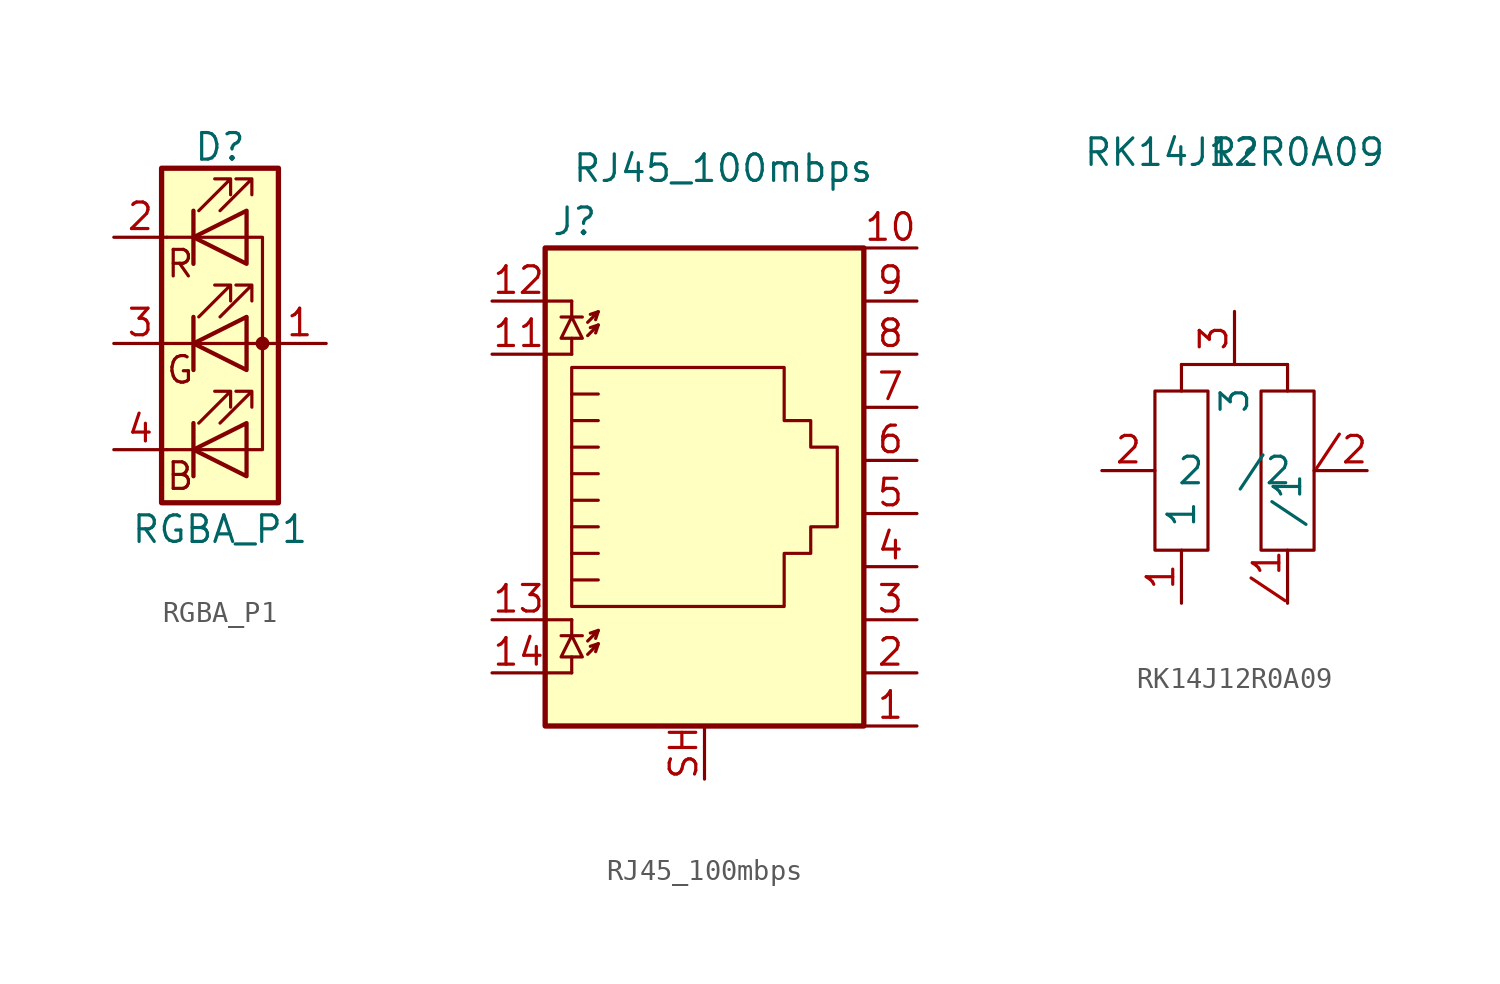
<source format=kicad_sym>
(kicad_symbol_lib
  (version 20211014)
  (generator kicad_symbol_editor)
  (symbol "RGBA_P1"
    (pin_names
      (offset 0) hide)
    (property "Reference" "D"
      (at 0 9.398 0)
      (effects (font (size 1.27 1.27))))
    (property "Value" "RGBA_P1"
      (at 0 -8.89 0)
      (effects (font (size 1.27 1.27))))
    (symbol "RGBA_P1_0_0"
      (text "B" (at -1.905 -6.35 0) (effects (font (size 1.27 1.27))))
      (text "G" (at -1.905 -1.27 0) (effects (font (size 1.27 1.27))))
      (text "R" (at -1.905 3.81 0) (effects (font (size 1.27 1.27)))))
    (symbol "RGBA_P1_0_1"
      (polyline (pts (xy -1.27 -5.08) (xy -2.54 -5.08)) (stroke (width 0) (type default) (color 0 0 0 0)) (fill (type none)))
      (polyline (pts (xy -1.27 -5.08) (xy 1.27 -5.08)) (stroke (width 0) (type default) (color 0 0 0 0)) (fill (type none)))
      (polyline (pts (xy -1.27 -3.81) (xy -1.27 -6.35)) (stroke (width 0) (type default) (color 0 0 0 0)) (fill (type none)))
      (polyline (pts (xy -1.27 -3.81) (xy -1.27 -6.35)) (stroke (width 0.203) (type default) (color 0 0 0 0)) (fill (type none)))
      (polyline (pts (xy -1.27 0) (xy -2.54 0)) (stroke (width 0) (type default) (color 0 0 0 0)) (fill (type none)))
      (polyline (pts (xy -1.27 0) (xy 1.27 0)) (stroke (width 0) (type default) (color 0 0 0 0)) (fill (type none)))
      (polyline (pts (xy -1.27 1.27) (xy -1.27 -1.27)) (stroke (width 0.203) (type default) (color 0 0 0 0)) (fill (type none)))
      (polyline (pts (xy -1.27 5.08) (xy -2.54 5.08)) (stroke (width 0) (type default) (color 0 0 0 0)) (fill (type none)))
      (polyline (pts (xy -1.27 6.35) (xy -1.27 3.81)) (stroke (width 0.203) (type default) (color 0 0 0 0)) (fill (type none)))
      (polyline (pts (xy 1.27 0) (xy 2.54 0)) (stroke (width 0) (type default) (color 0 0 0 0)) (fill (type none)))
      (polyline (pts (xy 1.27 5.08) (xy -1.27 5.08)) (stroke (width 0) (type default) (color 0 0 0 0)) (fill (type none)))
      (polyline (pts (xy -1.27 1.27) (xy -1.27 -1.27) (xy -1.27 -1.27)) (stroke (width 0) (type default) (color 0 0 0 0)) (fill (type none)))
      (polyline (pts (xy -1.27 6.35) (xy -1.27 3.81) (xy -1.27 3.81)) (stroke (width 0) (type default) (color 0 0 0 0)) (fill (type none)))
      (polyline (pts (xy 1.27 -5.08) (xy 2.032 -5.08) (xy 2.032 5.08) (xy 1.27 5.08)) (stroke (width 0) (type default) (color 0 0 0 0)) (fill (type none)))
      (polyline (pts (xy 1.27 -3.81) (xy 1.27 -6.35) (xy -1.27 -5.08) (xy 1.27 -3.81)) (stroke (width 0.203) (type default) (color 0 0 0 0)) (fill (type none)))
      (polyline (pts (xy 1.27 1.27) (xy 1.27 -1.27) (xy -1.27 0) (xy 1.27 1.27)) (stroke (width 0.203) (type default) (color 0 0 0 0)) (fill (type none)))
      (polyline (pts (xy 1.27 6.35) (xy 1.27 3.81) (xy -1.27 5.08) (xy 1.27 6.35)) (stroke (width 0.203) (type default) (color 0 0 0 0)) (fill (type none)))
      (polyline (pts (xy -1.016 -3.81) (xy 0.508 -2.286) (xy -0.254 -2.286) (xy 0.508 -2.286) (xy 0.508 -3.048)) (stroke (width 0) (type default) (color 0 0 0 0)) (fill (type none)))
      (polyline (pts (xy -1.016 1.27) (xy 0.508 2.794) (xy -0.254 2.794) (xy 0.508 2.794) (xy 0.508 2.032)) (stroke (width 0) (type default) (color 0 0 0 0)) (fill (type none)))
      (polyline (pts (xy -1.016 6.35) (xy 0.508 7.874) (xy -0.254 7.874) (xy 0.508 7.874) (xy 0.508 7.112)) (stroke (width 0) (type default) (color 0 0 0 0)) (fill (type none)))
      (polyline (pts (xy 0 -3.81) (xy 1.524 -2.286) (xy 0.762 -2.286) (xy 1.524 -2.286) (xy 1.524 -3.048)) (stroke (width 0) (type default) (color 0 0 0 0)) (fill (type none)))
      (polyline (pts (xy 0 1.27) (xy 1.524 2.794) (xy 0.762 2.794) (xy 1.524 2.794) (xy 1.524 2.032)) (stroke (width 0) (type default) (color 0 0 0 0)) (fill (type none)))
      (polyline (pts (xy 0 6.35) (xy 1.524 7.874) (xy 0.762 7.874) (xy 1.524 7.874) (xy 1.524 7.112)) (stroke (width 0) (type default) (color 0 0 0 0)) (fill (type none)))
      (rectangle (start 1.27 -1.27) (end 1.27 1.27) (stroke (width 0) (type default) (color 0 0 0 0)) (fill (type none)))
      (rectangle (start 1.27 1.27) (end 1.27 1.27) (stroke (width 0) (type default) (color 0 0 0 0)) (fill (type none)))
      (rectangle (start 1.27 3.81) (end 1.27 6.35) (stroke (width 0) (type default) (color 0 0 0 0)) (fill (type none)))
      (rectangle (start 1.27 6.35) (end 1.27 6.35) (stroke (width 0) (type default) (color 0 0 0 0)) (fill (type none)))
      (circle (center 2.032 0) (radius 0.254) (stroke (width 0) (type default) (color 0 0 0 0)) (fill (type outline)))
      (rectangle (start 2.794 8.382) (end -2.794 -7.62) (stroke (width 0.254) (type default) (color 0 0 0 0)) (fill (type background))))
    (symbol "RGBA_P1_1_1"
      (pin passive line (at 5.08 0 180) (length 2.54) (name "A" (effects (font (size 1.27 1.27)))) (number "1" (effects (font (size 1.27 1.27)))))
      (pin passive line (at -5.08 5.08 0) (length 2.54) (name "RK" (effects (font (size 1.27 1.27)))) (number "2" (effects (font (size 1.27 1.27)))))
      (pin passive line (at -5.08 0 0) (length 2.54) (name "GK" (effects (font (size 1.27 1.27)))) (number "3" (effects (font (size 1.27 1.27)))))
      (pin passive line (at -5.08 -5.08 0) (length 2.54) (name "BK" (effects (font (size 1.27 1.27)))) (number "4" (effects (font (size 1.27 1.27)))))))
  (symbol "RJ45_100mbps"
    (pin_names
      (offset 1.016))
    (property "Reference" "J"
      (at -5.08 13.97 0)
      (effects (font (size 1.27 1.27)) (justify right)))
    (property "Value" "RJ45_100mbps"
      (at -6.35 16.51 0)
      (effects (font (size 1.27 1.27)) (justify left)))
    (symbol "RJ45_100mbps_0_1"
      (polyline (pts (xy -7.62 -7.62) (xy -6.35 -7.62)) (stroke (width 0) (type default) (color 0 0 0 0)) (fill (type none)))
      (polyline (pts (xy -7.62 -5.08) (xy -6.35 -5.08)) (stroke (width 0) (type default) (color 0 0 0 0)) (fill (type none)))
      (polyline (pts (xy -7.62 7.62) (xy -6.35 7.62)) (stroke (width 0) (type default) (color 0 0 0 0)) (fill (type none)))
      (polyline (pts (xy -7.62 10.16) (xy -6.35 10.16)) (stroke (width 0) (type default) (color 0 0 0 0)) (fill (type none)))
      (polyline (pts (xy -6.858 -5.842) (xy -5.842 -5.842)) (stroke (width 0) (type default) (color 0 0 0 0)) (fill (type none)))
      (polyline (pts (xy -6.858 9.398) (xy -5.842 9.398)) (stroke (width 0) (type default) (color 0 0 0 0)) (fill (type none)))
      (polyline (pts (xy -6.35 -7.62) (xy -6.35 -6.858)) (stroke (width 0) (type default) (color 0 0 0 0)) (fill (type none)))
      (polyline (pts (xy -6.35 -5.08) (xy -6.35 -5.842)) (stroke (width 0) (type default) (color 0 0 0 0)) (fill (type none)))
      (polyline (pts (xy -6.35 7.62) (xy -6.35 8.382)) (stroke (width 0) (type default) (color 0 0 0 0)) (fill (type none)))
      (polyline (pts (xy -6.35 10.16) (xy -6.35 9.398)) (stroke (width 0) (type default) (color 0 0 0 0)) (fill (type none)))
      (polyline (pts (xy -5.08 -6.223) (xy -5.207 -6.604)) (stroke (width 0) (type default) (color 0 0 0 0)) (fill (type none)))
      (polyline (pts (xy -5.08 -5.588) (xy -5.207 -5.969)) (stroke (width 0) (type default) (color 0 0 0 0)) (fill (type none)))
      (polyline (pts (xy -5.08 4.445) (xy -6.35 4.445)) (stroke (width 0) (type default) (color 0 0 0 0)) (fill (type none)))
      (polyline (pts (xy -5.08 5.715) (xy -6.35 5.715)) (stroke (width 0) (type default) (color 0 0 0 0)) (fill (type none)))
      (polyline (pts (xy -5.08 9.017) (xy -5.207 8.636)) (stroke (width 0) (type default) (color 0 0 0 0)) (fill (type none)))
      (polyline (pts (xy -5.08 9.652) (xy -5.207 9.271)) (stroke (width 0) (type default) (color 0 0 0 0)) (fill (type none)))
      (polyline (pts (xy -6.35 -3.175) (xy -5.08 -3.175) (xy -5.08 -3.175)) (stroke (width 0) (type default) (color 0 0 0 0)) (fill (type none)))
      (polyline (pts (xy -6.35 -1.905) (xy -5.08 -1.905) (xy -5.08 -1.905)) (stroke (width 0) (type default) (color 0 0 0 0)) (fill (type none)))
      (polyline (pts (xy -6.35 -0.635) (xy -5.08 -0.635) (xy -5.08 -0.635)) (stroke (width 0) (type default) (color 0 0 0 0)) (fill (type none)))
      (polyline (pts (xy -6.35 0.635) (xy -5.08 0.635) (xy -5.08 0.635)) (stroke (width 0) (type default) (color 0 0 0 0)) (fill (type none)))
      (polyline (pts (xy -6.35 1.905) (xy -5.08 1.905) (xy -5.08 1.905)) (stroke (width 0) (type default) (color 0 0 0 0)) (fill (type none)))
      (polyline (pts (xy -5.588 -6.731) (xy -5.08 -6.223) (xy -5.461 -6.35)) (stroke (width 0) (type default) (color 0 0 0 0)) (fill (type none)))
      (polyline (pts (xy -5.588 -6.096) (xy -5.08 -5.588) (xy -5.461 -5.715)) (stroke (width 0) (type default) (color 0 0 0 0)) (fill (type none)))
      (polyline (pts (xy -5.588 8.509) (xy -5.08 9.017) (xy -5.461 8.89)) (stroke (width 0) (type default) (color 0 0 0 0)) (fill (type none)))
      (polyline (pts (xy -5.588 9.144) (xy -5.08 9.652) (xy -5.461 9.525)) (stroke (width 0) (type default) (color 0 0 0 0)) (fill (type none)))
      (polyline (pts (xy -5.08 3.175) (xy -6.35 3.175) (xy -6.35 3.175)) (stroke (width 0) (type default) (color 0 0 0 0)) (fill (type none)))
      (polyline (pts (xy -6.35 -5.842) (xy -6.858 -6.858) (xy -5.842 -6.858) (xy -6.35 -5.842)) (stroke (width 0) (type default) (color 0 0 0 0)) (fill (type none)))
      (polyline (pts (xy -6.35 9.398) (xy -6.858 8.382) (xy -5.842 8.382) (xy -6.35 9.398)) (stroke (width 0) (type default) (color 0 0 0 0)) (fill (type none)))
      (polyline (pts (xy -6.35 -4.445) (xy -6.35 6.985) (xy 3.81 6.985) (xy 3.81 4.445) (xy 5.08 4.445) (xy 5.08 3.175) (xy 6.35 3.175) (xy 6.35 -0.635) (xy 5.08 -0.635) (xy 5.08 -1.905) (xy 3.81 -1.905) (xy 3.81 -4.445) (xy -6.35 -4.445) (xy -6.35 -4.445)) (stroke (width 0) (type default) (color 0 0 0 0)) (fill (type none)))
      (rectangle (start 7.62 12.7) (end -7.62 -10.16) (stroke (width 0.254) (type default) (color 0 0 0 0)) (fill (type background))))
    (symbol "RJ45_100mbps_1_1"
      (pin passive line (at 10.16 -10.16 180) (length 2.54) (name "~" (effects (font (size 1.27 1.27)))) (number "1" (effects (font (size 1.27 1.27)))))
      (pin passive line (at 10.16 12.7 180) (length 2.54) (name "~" (effects (font (size 1.27 1.27)))) (number "10" (effects (font (size 1.27 1.27)))))
      (pin passive line (at -10.16 7.62 0) (length 2.54) (name "~" (effects (font (size 1.27 1.27)))) (number "11" (effects (font (size 1.27 1.27)))))
      (pin passive line (at -10.16 10.16 0) (length 2.54) (name "~" (effects (font (size 1.27 1.27)))) (number "12" (effects (font (size 1.27 1.27)))))
      (pin passive line (at -10.16 -5.08 0) (length 2.54) (name "~" (effects (font (size 1.27 1.27)))) (number "13" (effects (font (size 1.27 1.27)))))
      (pin passive line (at -10.16 -7.62 0) (length 2.54) (name "~" (effects (font (size 1.27 1.27)))) (number "14" (effects (font (size 1.27 1.27)))))
      (pin passive line (at 10.16 -7.62 180) (length 2.54) (name "~" (effects (font (size 1.27 1.27)))) (number "2" (effects (font (size 1.27 1.27)))))
      (pin passive line (at 10.16 -5.08 180) (length 2.54) (name "~" (effects (font (size 1.27 1.27)))) (number "3" (effects (font (size 1.27 1.27)))))
      (pin passive line (at 10.16 -2.54 180) (length 2.54) (name "~" (effects (font (size 1.27 1.27)))) (number "4" (effects (font (size 1.27 1.27)))))
      (pin passive line (at 10.16 0 180) (length 2.54) (name "~" (effects (font (size 1.27 1.27)))) (number "5" (effects (font (size 1.27 1.27)))))
      (pin passive line (at 10.16 2.54 180) (length 2.54) (name "~" (effects (font (size 1.27 1.27)))) (number "6" (effects (font (size 1.27 1.27)))))
      (pin passive line (at 10.16 5.08 180) (length 2.54) (name "~" (effects (font (size 1.27 1.27)))) (number "7" (effects (font (size 1.27 1.27)))))
      (pin passive line (at 10.16 7.62 180) (length 2.54) (name "~" (effects (font (size 1.27 1.27)))) (number "8" (effects (font (size 1.27 1.27)))))
      (pin passive line (at 10.16 10.16 180) (length 2.54) (name "~" (effects (font (size 1.27 1.27)))) (number "9" (effects (font (size 1.27 1.27)))))
      (pin passive line (at 0 -12.7 90) (length 2.54) (name "~" (effects (font (size 1.27 1.27)))) (number "SH" (effects (font (size 1.27 1.27)))))))
  (symbol "RK14J12R0A09"
    (pin_names
      (offset 1.016))
    (property "Reference" "R"
      (at 0 15.24 0)
      (effects (font (size 1.27 1.27))))
    (property "Value" "RK14J12R0A09"
      (at 0 15.24 0)
      (effects (font (size 1.27 1.27))))
    (symbol "RK14J12R0A09_0_1"
      (rectangle (start -3.81 3.81) (end -1.27 -3.81) (stroke (width 0) (type default) (color 0 0 0 0)) (fill (type none)))
      (rectangle (start -2.54 5.08) (end -2.54 3.81) (stroke (width 0) (type default) (color 0 0 0 0)) (fill (type none)))
      (rectangle (start 0 5.08) (end -2.54 5.08) (stroke (width 0) (type default) (color 0 0 0 0)) (fill (type none)))
      (rectangle (start 0 5.08) (end 2.54 5.08) (stroke (width 0) (type default) (color 0 0 0 0)) (fill (type none)))
      (rectangle (start 2.54 5.08) (end 2.54 3.81) (stroke (width 0) (type default) (color 0 0 0 0)) (fill (type none)))
      (rectangle (start 3.81 3.81) (end 1.27 -3.81) (stroke (width 0) (type default) (color 0 0 0 0)) (fill (type none))))
    (symbol "RK14J12R0A09_1_1"
      (pin input line (at 2.54 -6.35 90) (length 2.54) (name "/1" (effects (font (size 1.27 1.27)))) (number "/1" (effects (font (size 1.27 1.27)))))
      (pin input line (at 6.35 0 180) (length 2.54) (name "/2" (effects (font (size 1.27 1.27)))) (number "/2" (effects (font (size 1.27 1.27)))))
      (pin input line (at -2.54 -6.35 90) (length 2.54) (name "1" (effects (font (size 1.27 1.27)))) (number "1" (effects (font (size 1.27 1.27)))))
      (pin input line (at -6.35 0 0) (length 2.54) (name "2" (effects (font (size 1.27 1.27)))) (number "2" (effects (font (size 1.27 1.27)))))
      (pin input line (at 0 7.62 270) (length 2.54) (name "3" (effects (font (size 1.27 1.27)))) (number "3" (effects (font (size 1.27 1.27))))))))
</source>
